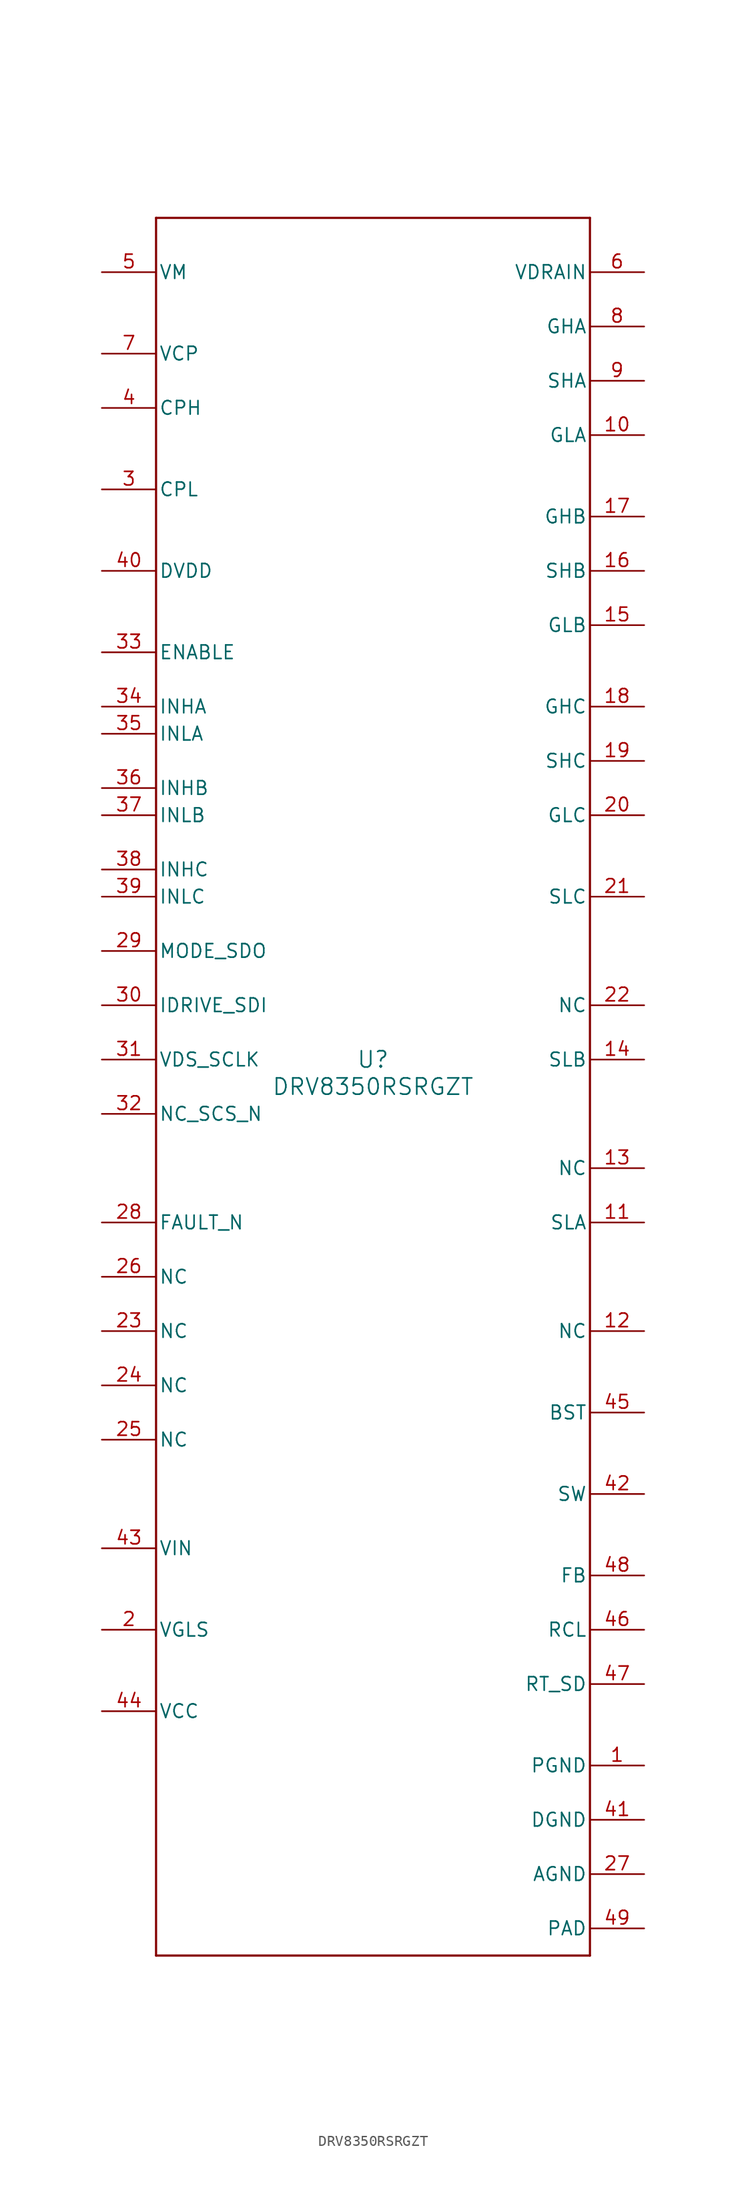
<source format=kicad_sym>
(kicad_symbol_lib
  (version 20211014)
  (generator kicad_symbol_editor)
  (symbol "DRV8350RSRGZT"
    (pin_names
      (offset 0.254))
    (property "Reference" "U"
      (at 0 2.54 0)
      (effects (font (size 1.524 1.524))))
    (property "Value" "DRV8350RSRGZT"
      (at 0 0 0)
      (effects (font (size 1.524 1.524))))
    (symbol "DRV8350RSRGZT_0_1"
      (polyline (pts (xy -20.32 -81.28) (xy 20.32 -81.28)) (stroke (width 0.203) (type default) (color 0 0 0 0)) (fill (type none)))
      (polyline (pts (xy 20.32 -81.28) (xy 20.32 81.28)) (stroke (width 0.203) (type default) (color 0 0 0 0)) (fill (type none)))
      (polyline (pts (xy 20.32 81.28) (xy -20.32 81.28)) (stroke (width 0.203) (type default) (color 0 0 0 0)) (fill (type none)))
      (polyline (pts (xy -20.32 81.28) (xy -20.32 -81.28)) (stroke (width 0.203) (type default) (color 0 0 0 0)) (fill (type none)))
      (pin power_in line (at 25.4 -63.5 180) (length 5.08) (name "PGND" (effects (font (size 1.27 1.27)))) (number "1" (effects (font (size 1.27 1.27)))))
      (pin power_in line (at -25.4 -50.8 0) (length 5.08) (name "VGLS" (effects (font (size 1.27 1.27)))) (number "2" (effects (font (size 1.27 1.27)))))
      (pin power_in line (at -25.4 55.88 0) (length 5.08) (name "CPL" (effects (font (size 1.27 1.27)))) (number "3" (effects (font (size 1.27 1.27)))))
      (pin power_in line (at -25.4 63.5 0) (length 5.08) (name "CPH" (effects (font (size 1.27 1.27)))) (number "4" (effects (font (size 1.27 1.27)))))
      (pin power_in line (at -25.4 76.2 0) (length 5.08) (name "VM" (effects (font (size 1.27 1.27)))) (number "5" (effects (font (size 1.27 1.27)))))
      (pin input line (at 25.4 76.2 180) (length 5.08) (name "VDRAIN" (effects (font (size 1.27 1.27)))) (number "6" (effects (font (size 1.27 1.27)))))
      (pin power_in line (at -25.4 68.58 0) (length 5.08) (name "VCP" (effects (font (size 1.27 1.27)))) (number "7" (effects (font (size 1.27 1.27)))))
      (pin output line (at 25.4 71.12 180) (length 5.08) (name "GHA" (effects (font (size 1.27 1.27)))) (number "8" (effects (font (size 1.27 1.27)))))
      (pin input line (at 25.4 66.04 180) (length 5.08) (name "SHA" (effects (font (size 1.27 1.27)))) (number "9" (effects (font (size 1.27 1.27)))))
      (pin output line (at 25.4 60.96 180) (length 5.08) (name "GLA" (effects (font (size 1.27 1.27)))) (number "10" (effects (font (size 1.27 1.27)))))
      (pin input line (at 25.4 -12.7 180) (length 5.08) (name "SLA" (effects (font (size 1.27 1.27)))) (number "11" (effects (font (size 1.27 1.27)))))
      (pin unspecified line (at 25.4 -22.86 180) (length 5.08) (name "NC" (effects (font (size 1.27 1.27)))) (number "12" (effects (font (size 1.27 1.27)))))
      (pin unspecified line (at 25.4 -7.62 180) (length 5.08) (name "NC" (effects (font (size 1.27 1.27)))) (number "13" (effects (font (size 1.27 1.27)))))
      (pin input line (at 25.4 2.54 180) (length 5.08) (name "SLB" (effects (font (size 1.27 1.27)))) (number "14" (effects (font (size 1.27 1.27)))))
      (pin output line (at 25.4 43.18 180) (length 5.08) (name "GLB" (effects (font (size 1.27 1.27)))) (number "15" (effects (font (size 1.27 1.27)))))
      (pin input line (at 25.4 48.26 180) (length 5.08) (name "SHB" (effects (font (size 1.27 1.27)))) (number "16" (effects (font (size 1.27 1.27)))))
      (pin output line (at 25.4 53.34 180) (length 5.08) (name "GHB" (effects (font (size 1.27 1.27)))) (number "17" (effects (font (size 1.27 1.27)))))
      (pin output line (at 25.4 35.56 180) (length 5.08) (name "GHC" (effects (font (size 1.27 1.27)))) (number "18" (effects (font (size 1.27 1.27)))))
      (pin input line (at 25.4 30.48 180) (length 5.08) (name "SHC" (effects (font (size 1.27 1.27)))) (number "19" (effects (font (size 1.27 1.27)))))
      (pin output line (at 25.4 25.4 180) (length 5.08) (name "GLC" (effects (font (size 1.27 1.27)))) (number "20" (effects (font (size 1.27 1.27)))))
      (pin input line (at 25.4 17.78 180) (length 5.08) (name "SLC" (effects (font (size 1.27 1.27)))) (number "21" (effects (font (size 1.27 1.27)))))
      (pin unspecified line (at 25.4 7.62 180) (length 5.08) (name "NC" (effects (font (size 1.27 1.27)))) (number "22" (effects (font (size 1.27 1.27)))))
      (pin unspecified line (at -25.4 -22.86 0) (length 5.08) (name "NC" (effects (font (size 1.27 1.27)))) (number "23" (effects (font (size 1.27 1.27)))))
      (pin unspecified line (at -25.4 -27.94 0) (length 5.08) (name "NC" (effects (font (size 1.27 1.27)))) (number "24" (effects (font (size 1.27 1.27)))))
      (pin unspecified line (at -25.4 -33.02 0) (length 5.08) (name "NC" (effects (font (size 1.27 1.27)))) (number "25" (effects (font (size 1.27 1.27)))))
      (pin unspecified line (at -25.4 -17.78 0) (length 5.08) (name "NC" (effects (font (size 1.27 1.27)))) (number "26" (effects (font (size 1.27 1.27)))))
      (pin power_in line (at 25.4 -73.66 180) (length 5.08) (name "AGND" (effects (font (size 1.27 1.27)))) (number "27" (effects (font (size 1.27 1.27)))))
      (pin open_collector line (at -25.4 -12.7 0) (length 5.08) (name "FAULT_N" (effects (font (size 1.27 1.27)))) (number "28" (effects (font (size 1.27 1.27)))))
      (pin bidirectional line (at -25.4 12.7 0) (length 5.08) (name "MODE_SDO" (effects (font (size 1.27 1.27)))) (number "29" (effects (font (size 1.27 1.27)))))
      (pin input line (at -25.4 7.62 0) (length 5.08) (name "IDRIVE_SDI" (effects (font (size 1.27 1.27)))) (number "30" (effects (font (size 1.27 1.27)))))
      (pin input line (at -25.4 2.54 0) (length 5.08) (name "VDS_SCLK" (effects (font (size 1.27 1.27)))) (number "31" (effects (font (size 1.27 1.27)))))
      (pin input line (at -25.4 -2.54 0) (length 5.08) (name "NC_SCS_N" (effects (font (size 1.27 1.27)))) (number "32" (effects (font (size 1.27 1.27)))))
      (pin input line (at -25.4 40.64 0) (length 5.08) (name "ENABLE" (effects (font (size 1.27 1.27)))) (number "33" (effects (font (size 1.27 1.27)))))
      (pin input line (at -25.4 35.56 0) (length 5.08) (name "INHA" (effects (font (size 1.27 1.27)))) (number "34" (effects (font (size 1.27 1.27)))))
      (pin input line (at -25.4 33.02 0) (length 5.08) (name "INLA" (effects (font (size 1.27 1.27)))) (number "35" (effects (font (size 1.27 1.27)))))
      (pin input line (at -25.4 27.94 0) (length 5.08) (name "INHB" (effects (font (size 1.27 1.27)))) (number "36" (effects (font (size 1.27 1.27)))))
      (pin input line (at -25.4 25.4 0) (length 5.08) (name "INLB" (effects (font (size 1.27 1.27)))) (number "37" (effects (font (size 1.27 1.27)))))
      (pin input line (at -25.4 20.32 0) (length 5.08) (name "INHC" (effects (font (size 1.27 1.27)))) (number "38" (effects (font (size 1.27 1.27)))))
      (pin input line (at -25.4 17.78 0) (length 5.08) (name "INLC" (effects (font (size 1.27 1.27)))) (number "39" (effects (font (size 1.27 1.27)))))
      (pin power_in line (at -25.4 48.26 0) (length 5.08) (name "DVDD" (effects (font (size 1.27 1.27)))) (number "40" (effects (font (size 1.27 1.27)))))
      (pin power_in line (at 25.4 -68.58 180) (length 5.08) (name "DGND" (effects (font (size 1.27 1.27)))) (number "41" (effects (font (size 1.27 1.27)))))
      (pin power_in line (at 25.4 -38.1 180) (length 5.08) (name "SW" (effects (font (size 1.27 1.27)))) (number "42" (effects (font (size 1.27 1.27)))))
      (pin power_in line (at -25.4 -43.18 0) (length 5.08) (name "VIN" (effects (font (size 1.27 1.27)))) (number "43" (effects (font (size 1.27 1.27)))))
      (pin power_in line (at -25.4 -58.42 0) (length 5.08) (name "VCC" (effects (font (size 1.27 1.27)))) (number "44" (effects (font (size 1.27 1.27)))))
      (pin power_in line (at 25.4 -30.48 180) (length 5.08) (name "BST" (effects (font (size 1.27 1.27)))) (number "45" (effects (font (size 1.27 1.27)))))
      (pin input line (at 25.4 -50.8 180) (length 5.08) (name "RCL" (effects (font (size 1.27 1.27)))) (number "46" (effects (font (size 1.27 1.27)))))
      (pin input line (at 25.4 -55.88 180) (length 5.08) (name "RT_SD" (effects (font (size 1.27 1.27)))) (number "47" (effects (font (size 1.27 1.27)))))
      (pin input line (at 25.4 -45.72 180) (length 5.08) (name "FB" (effects (font (size 1.27 1.27)))) (number "48" (effects (font (size 1.27 1.27)))))
      (pin power_in line (at 25.4 -78.74 180) (length 5.08) (name "PAD" (effects (font (size 1.27 1.27)))) (number "49" (effects (font (size 1.27 1.27))))))))
</source>
